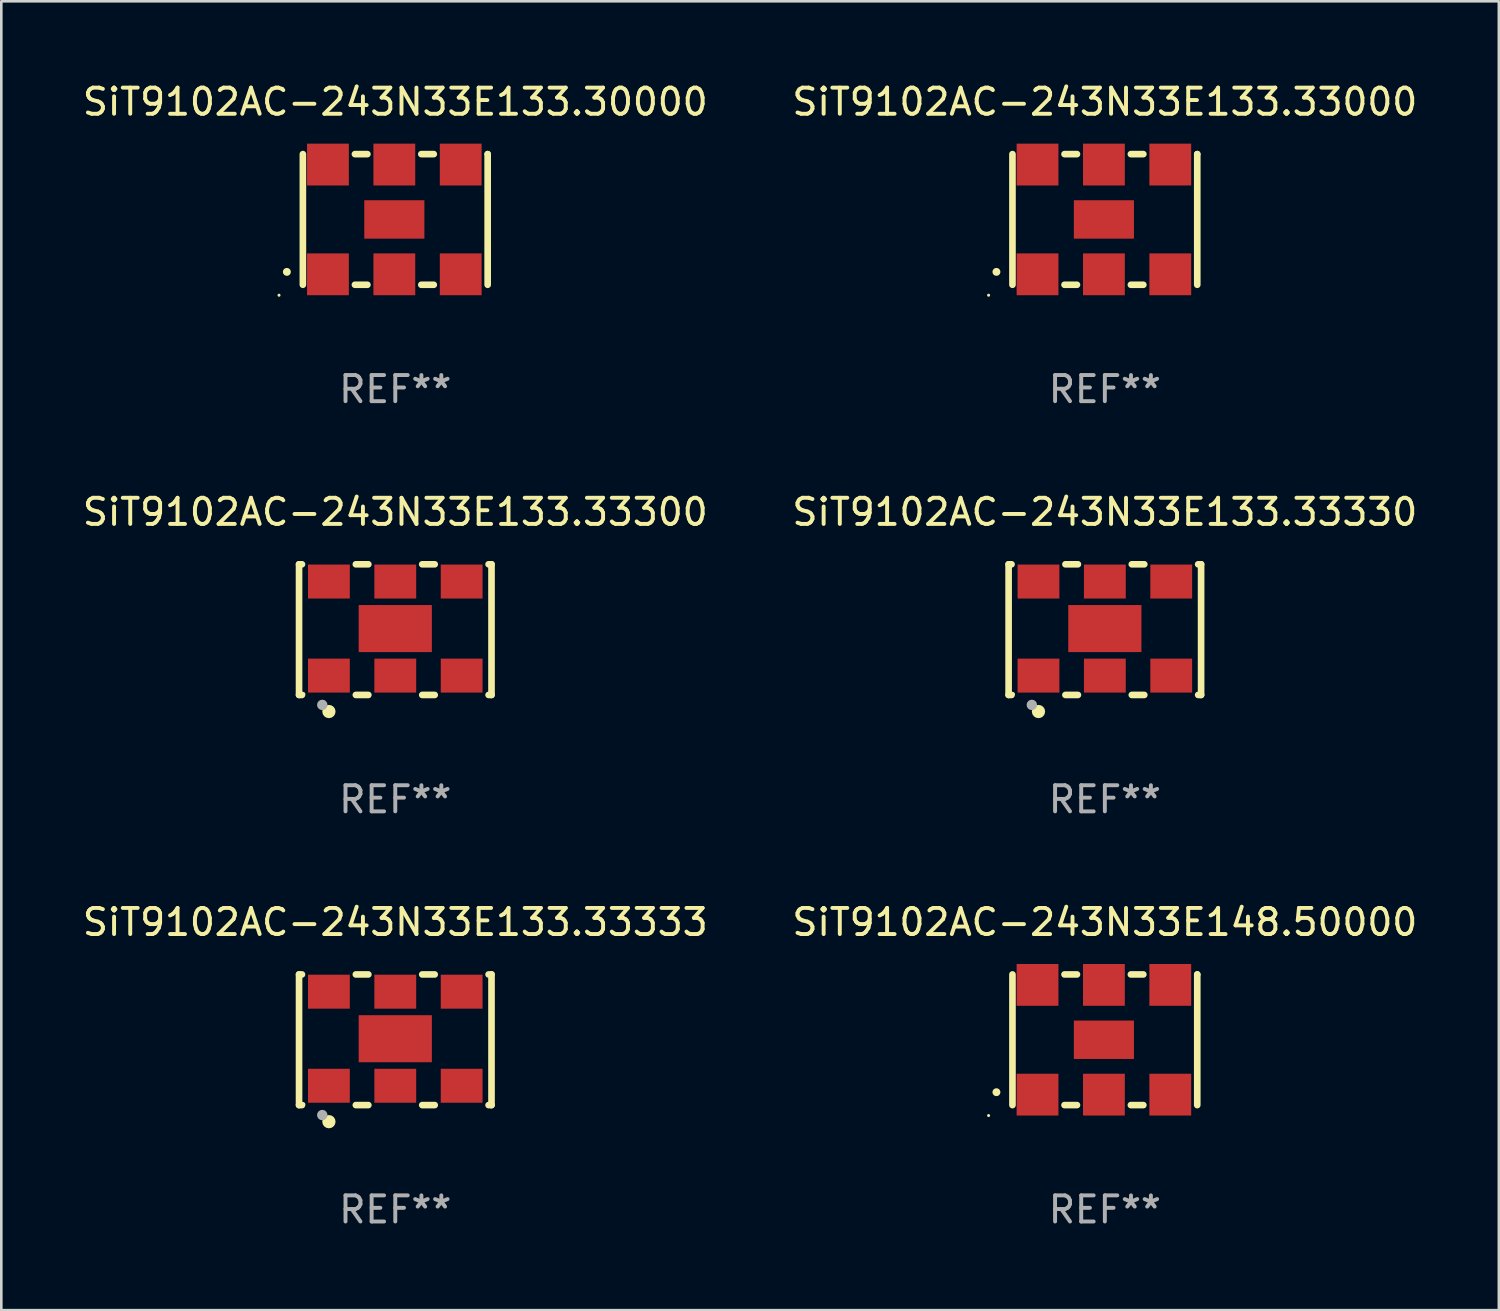
<source format=kicad_pcb>
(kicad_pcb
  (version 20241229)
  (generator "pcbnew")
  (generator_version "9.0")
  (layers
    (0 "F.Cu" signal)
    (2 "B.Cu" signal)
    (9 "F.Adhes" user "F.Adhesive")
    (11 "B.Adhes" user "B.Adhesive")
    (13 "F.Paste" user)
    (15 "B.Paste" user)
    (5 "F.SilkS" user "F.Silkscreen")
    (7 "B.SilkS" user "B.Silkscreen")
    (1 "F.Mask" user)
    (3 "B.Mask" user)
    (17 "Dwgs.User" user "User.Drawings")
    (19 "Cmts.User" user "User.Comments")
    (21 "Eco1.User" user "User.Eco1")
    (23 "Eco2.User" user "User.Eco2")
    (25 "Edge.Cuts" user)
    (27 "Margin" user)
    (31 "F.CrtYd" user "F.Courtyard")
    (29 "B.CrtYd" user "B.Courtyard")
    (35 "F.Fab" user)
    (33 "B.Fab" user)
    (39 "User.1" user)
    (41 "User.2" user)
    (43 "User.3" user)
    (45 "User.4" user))
  (footprint "SiT9102AC-243N33E133.33300"
    (layer "F.Cu")
    (at 12.077 21.045)
    (property "Reference" "SiT9102AC-243N33E133.33300" (at 0 -4.5 0) (layer "F.SilkS") (effects (font (size 1 1) (thickness 0.15))))
    (attr through_hole)
    (fp_line (start -3.683 -2.5) (end -3.571 -2.5) (stroke (width 0.254) (type solid)) (layer "F.SilkS"))
    (fp_line (start -3.683 2.5) (end -3.683 -2.5) (stroke (width 0.254) (type solid)) (layer "F.SilkS"))
    (fp_line (start -3.683 2.5) (end -3.571 2.5) (stroke (width 0.254) (type solid)) (layer "F.SilkS"))
    (fp_line (start -1.509 -2.5) (end -1.031 -2.5) (stroke (width 0.254) (type solid)) (layer "F.SilkS"))
    (fp_line (start -1.509 2.5) (end -1.031 2.5) (stroke (width 0.254) (type solid)) (layer "F.SilkS"))
    (fp_line (start 1.031 -2.5) (end 1.509 -2.5) (stroke (width 0.254) (type solid)) (layer "F.SilkS"))
    (fp_line (start 1.031 2.5) (end 1.509 2.5) (stroke (width 0.254) (type solid)) (layer "F.SilkS"))
    (fp_line (start 3.571 -2.5) (end 3.683 -2.5) (stroke (width 0.254) (type solid)) (layer "F.SilkS"))
    (fp_line (start 3.571 2.5) (end 3.683 2.5) (stroke (width 0.254) (type solid)) (layer "F.SilkS"))
    (fp_line (start 3.683 2.5) (end 3.683 -2.5) (stroke (width 0.254) (type solid)) (layer "F.SilkS"))
    (fp_circle (center -3.5 2.46) (end -3.47 2.46) (stroke (width 0.06) (type solid)) (fill no) (layer "F.SilkS"))
    (fp_circle (center -2.54 3.135) (end -2.413 3.135) (stroke (width 0.254) (type solid)) (fill no) (layer "F.SilkS"))
    (fp_circle (center -2.794 2.881) (end -2.694 2.881) (stroke (width 0.2) (type solid)) (fill no) (layer "F.Fab"))
    (fp_text user "REF**" (at 0 6.5 0) (layer "F.Fab") (effects (font (size 1 1) (thickness 0.15))))
    (pad "1" smd rect (at -2.54 1.76) (size 1.6 1.3) (layers "F.Cu" "F.Mask" "F.Paste"))
    (pad "2" smd rect (at 0 1.76) (size 1.6 1.3) (layers "F.Cu" "F.Mask" "F.Paste"))
    (pad "3" smd rect (at 2.54 1.76) (size 1.6 1.3) (layers "F.Cu" "F.Mask" "F.Paste"))
    (pad "4" smd rect (at 2.54 -1.84) (size 1.6 1.3) (layers "F.Cu" "F.Mask" "F.Paste"))
    (pad "5" smd rect (at 0 -1.84) (size 1.6 1.3) (layers "F.Cu" "F.Mask" "F.Paste"))
    (pad "6" smd rect (at -2.54 -1.84) (size 1.6 1.3) (layers "F.Cu" "F.Mask" "F.Paste"))
    (pad "7" smd rect (at 0 -0.04) (size 2.8 1.8) (layers "F.Cu" "F.Mask" "F.Paste")))
  (footprint "SiT9102AC-243N33E133.33000"
    (layer "F.Cu")
    (at 39.232 5.348)
    (property "Reference" "SiT9102AC-243N33E133.33000" (at 0 -4.5 0) (layer "F.SilkS") (effects (font (size 1 1) (thickness 0.15))))
    (attr through_hole)
    (fp_line (start -3.536 -2.5) (end -3.536 2.5) (stroke (width 0.254) (type solid)) (layer "F.SilkS"))
    (fp_line (start -1.544 2.5) (end -1.067 2.5) (stroke (width 0.254) (type solid)) (layer "F.SilkS"))
    (fp_line (start -1.067 -2.5) (end -1.544 -2.5) (stroke (width 0.254) (type solid)) (layer "F.SilkS"))
    (fp_line (start 0.996 2.5) (end 1.473 2.5) (stroke (width 0.254) (type solid)) (layer "F.SilkS"))
    (fp_line (start 1.473 -2.5) (end 0.996 -2.5) (stroke (width 0.254) (type solid)) (layer "F.SilkS"))
    (fp_line (start 3.536 -2.5) (end 3.536 -2.5) (stroke (width 0.254) (type solid)) (layer "F.SilkS"))
    (fp_line (start 3.536 2.5) (end 3.536 -2.5) (stroke (width 0.254) (type solid)) (layer "F.SilkS"))
    (fp_arc (start -4.150432 2.006604) (mid -4.149162 2.006599) (end -4.147892 2.006604) (stroke (width 0.3) (type solid)) (layer "F.SilkS"))
    (fp_circle (center -4.449 2.9) (end -4.419 2.9) (stroke (width 0.06) (type solid)) (fill no) (layer "F.SilkS"))
    (fp_text user "REF**" (at 0 6.5 0) (layer "F.Fab") (effects (font (size 1 1) (thickness 0.15))))
    (pad "1" smd rect (at -2.576 2.1) (size 1.6 1.6) (layers "F.Cu" "F.Mask" "F.Paste"))
    (pad "2" smd rect (at -0.036 2.1) (size 1.6 1.6) (layers "F.Cu" "F.Mask" "F.Paste"))
    (pad "3" smd rect (at 2.504 2.1) (size 1.6 1.6) (layers "F.Cu" "F.Mask" "F.Paste"))
    (pad "4" smd rect (at 2.504 -2.1) (size 1.6 1.6) (layers "F.Cu" "F.Mask" "F.Paste"))
    (pad "5" smd rect (at -0.036 -2.1) (size 1.6 1.6) (layers "F.Cu" "F.Mask" "F.Paste"))
    (pad "6" smd rect (at -2.576 -2.1) (size 1.6 1.6) (layers "F.Cu" "F.Mask" "F.Paste"))
    (pad "7" smd rect (at -0.036 0) (size 2.3 1.47) (layers "F.Cu" "F.Mask" "F.Paste")))
  (footprint "SiT9102AC-243N33E133.33333"
    (layer "F.Cu")
    (at 12.077 36.741)
    (property "Reference" "SiT9102AC-243N33E133.33333" (at 0 -4.5 0) (layer "F.SilkS") (effects (font (size 1 1) (thickness 0.15))))
    (attr through_hole)
    (fp_line (start -3.683 -2.5) (end -3.571 -2.5) (stroke (width 0.254) (type solid)) (layer "F.SilkS"))
    (fp_line (start -3.683 2.5) (end -3.683 -2.5) (stroke (width 0.254) (type solid)) (layer "F.SilkS"))
    (fp_line (start -3.683 2.5) (end -3.571 2.5) (stroke (width 0.254) (type solid)) (layer "F.SilkS"))
    (fp_line (start -1.509 -2.5) (end -1.031 -2.5) (stroke (width 0.254) (type solid)) (layer "F.SilkS"))
    (fp_line (start -1.509 2.5) (end -1.031 2.5) (stroke (width 0.254) (type solid)) (layer "F.SilkS"))
    (fp_line (start 1.031 -2.5) (end 1.509 -2.5) (stroke (width 0.254) (type solid)) (layer "F.SilkS"))
    (fp_line (start 1.031 2.5) (end 1.509 2.5) (stroke (width 0.254) (type solid)) (layer "F.SilkS"))
    (fp_line (start 3.571 -2.5) (end 3.683 -2.5) (stroke (width 0.254) (type solid)) (layer "F.SilkS"))
    (fp_line (start 3.571 2.5) (end 3.683 2.5) (stroke (width 0.254) (type solid)) (layer "F.SilkS"))
    (fp_line (start 3.683 2.5) (end 3.683 -2.5) (stroke (width 0.254) (type solid)) (layer "F.SilkS"))
    (fp_circle (center -3.5 2.46) (end -3.47 2.46) (stroke (width 0.06) (type solid)) (fill no) (layer "F.SilkS"))
    (fp_circle (center -2.54 3.135) (end -2.413 3.135) (stroke (width 0.254) (type solid)) (fill no) (layer "F.SilkS"))
    (fp_circle (center -2.794 2.881) (end -2.694 2.881) (stroke (width 0.2) (type solid)) (fill no) (layer "F.Fab"))
    (fp_text user "REF**" (at 0 6.5 0) (layer "F.Fab") (effects (font (size 1 1) (thickness 0.15))))
    (pad "1" smd rect (at -2.54 1.76) (size 1.6 1.3) (layers "F.Cu" "F.Mask" "F.Paste"))
    (pad "2" smd rect (at 0 1.76) (size 1.6 1.3) (layers "F.Cu" "F.Mask" "F.Paste"))
    (pad "3" smd rect (at 2.54 1.76) (size 1.6 1.3) (layers "F.Cu" "F.Mask" "F.Paste"))
    (pad "4" smd rect (at 2.54 -1.84) (size 1.6 1.3) (layers "F.Cu" "F.Mask" "F.Paste"))
    (pad "5" smd rect (at 0 -1.84) (size 1.6 1.3) (layers "F.Cu" "F.Mask" "F.Paste"))
    (pad "6" smd rect (at -2.54 -1.84) (size 1.6 1.3) (layers "F.Cu" "F.Mask" "F.Paste"))
    (pad "7" smd rect (at 0 -0.04) (size 2.8 1.8) (layers "F.Cu" "F.Mask" "F.Paste")))
  (footprint "SiT9102AC-243N33E133.30000"
    (layer "F.Cu")
    (at 12.077 5.348)
    (property "Reference" "SiT9102AC-243N33E133.30000" (at 0 -4.5 0) (layer "F.SilkS") (effects (font (size 1 1) (thickness 0.15))))
    (attr through_hole)
    (fp_line (start -3.536 -2.5) (end -3.536 2.5) (stroke (width 0.254) (type solid)) (layer "F.SilkS"))
    (fp_line (start -1.544 2.5) (end -1.067 2.5) (stroke (width 0.254) (type solid)) (layer "F.SilkS"))
    (fp_line (start -1.067 -2.5) (end -1.544 -2.5) (stroke (width 0.254) (type solid)) (layer "F.SilkS"))
    (fp_line (start 0.996 2.5) (end 1.473 2.5) (stroke (width 0.254) (type solid)) (layer "F.SilkS"))
    (fp_line (start 1.473 -2.5) (end 0.996 -2.5) (stroke (width 0.254) (type solid)) (layer "F.SilkS"))
    (fp_line (start 3.536 -2.5) (end 3.536 -2.5) (stroke (width 0.254) (type solid)) (layer "F.SilkS"))
    (fp_line (start 3.536 2.5) (end 3.536 -2.5) (stroke (width 0.254) (type solid)) (layer "F.SilkS"))
    (fp_arc (start -4.150432 2.006604) (mid -4.149162 2.006599) (end -4.147892 2.006604) (stroke (width 0.3) (type solid)) (layer "F.SilkS"))
    (fp_circle (center -4.449 2.9) (end -4.419 2.9) (stroke (width 0.06) (type solid)) (fill no) (layer "F.SilkS"))
    (fp_text user "REF**" (at 0 6.5 0) (layer "F.Fab") (effects (font (size 1 1) (thickness 0.15))))
    (pad "1" smd rect (at -2.576 2.1) (size 1.6 1.6) (layers "F.Cu" "F.Mask" "F.Paste"))
    (pad "2" smd rect (at -0.036 2.1) (size 1.6 1.6) (layers "F.Cu" "F.Mask" "F.Paste"))
    (pad "3" smd rect (at 2.504 2.1) (size 1.6 1.6) (layers "F.Cu" "F.Mask" "F.Paste"))
    (pad "4" smd rect (at 2.504 -2.1) (size 1.6 1.6) (layers "F.Cu" "F.Mask" "F.Paste"))
    (pad "5" smd rect (at -0.036 -2.1) (size 1.6 1.6) (layers "F.Cu" "F.Mask" "F.Paste"))
    (pad "6" smd rect (at -2.576 -2.1) (size 1.6 1.6) (layers "F.Cu" "F.Mask" "F.Paste"))
    (pad "7" smd rect (at -0.036 0) (size 2.3 1.47) (layers "F.Cu" "F.Mask" "F.Paste")))
  (footprint "SiT9102AC-243N33E133.33330"
    (layer "F.Cu")
    (at 39.232 21.045)
    (property "Reference" "SiT9102AC-243N33E133.33330" (at 0 -4.5 0) (layer "F.SilkS") (effects (font (size 1 1) (thickness 0.15))))
    (attr through_hole)
    (fp_line (start -3.683 -2.5) (end -3.571 -2.5) (stroke (width 0.254) (type solid)) (layer "F.SilkS"))
    (fp_line (start -3.683 2.5) (end -3.683 -2.5) (stroke (width 0.254) (type solid)) (layer "F.SilkS"))
    (fp_line (start -3.683 2.5) (end -3.571 2.5) (stroke (width 0.254) (type solid)) (layer "F.SilkS"))
    (fp_line (start -1.509 -2.5) (end -1.031 -2.5) (stroke (width 0.254) (type solid)) (layer "F.SilkS"))
    (fp_line (start -1.509 2.5) (end -1.031 2.5) (stroke (width 0.254) (type solid)) (layer "F.SilkS"))
    (fp_line (start 1.031 -2.5) (end 1.509 -2.5) (stroke (width 0.254) (type solid)) (layer "F.SilkS"))
    (fp_line (start 1.031 2.5) (end 1.509 2.5) (stroke (width 0.254) (type solid)) (layer "F.SilkS"))
    (fp_line (start 3.571 -2.5) (end 3.683 -2.5) (stroke (width 0.254) (type solid)) (layer "F.SilkS"))
    (fp_line (start 3.571 2.5) (end 3.683 2.5) (stroke (width 0.254) (type solid)) (layer "F.SilkS"))
    (fp_line (start 3.683 2.5) (end 3.683 -2.5) (stroke (width 0.254) (type solid)) (layer "F.SilkS"))
    (fp_circle (center -3.5 2.46) (end -3.47 2.46) (stroke (width 0.06) (type solid)) (fill no) (layer "F.SilkS"))
    (fp_circle (center -2.54 3.135) (end -2.413 3.135) (stroke (width 0.254) (type solid)) (fill no) (layer "F.SilkS"))
    (fp_circle (center -2.794 2.881) (end -2.694 2.881) (stroke (width 0.2) (type solid)) (fill no) (layer "F.Fab"))
    (fp_text user "REF**" (at 0 6.5 0) (layer "F.Fab") (effects (font (size 1 1) (thickness 0.15))))
    (pad "1" smd rect (at -2.54 1.76) (size 1.6 1.3) (layers "F.Cu" "F.Mask" "F.Paste"))
    (pad "2" smd rect (at 0 1.76) (size 1.6 1.3) (layers "F.Cu" "F.Mask" "F.Paste"))
    (pad "3" smd rect (at 2.54 1.76) (size 1.6 1.3) (layers "F.Cu" "F.Mask" "F.Paste"))
    (pad "4" smd rect (at 2.54 -1.84) (size 1.6 1.3) (layers "F.Cu" "F.Mask" "F.Paste"))
    (pad "5" smd rect (at 0 -1.84) (size 1.6 1.3) (layers "F.Cu" "F.Mask" "F.Paste"))
    (pad "6" smd rect (at -2.54 -1.84) (size 1.6 1.3) (layers "F.Cu" "F.Mask" "F.Paste"))
    (pad "7" smd rect (at 0 -0.04) (size 2.8 1.8) (layers "F.Cu" "F.Mask" "F.Paste")))
  (footprint "SiT9102AC-243N33E148.50000"
    (layer "F.Cu")
    (at 39.232 36.741)
    (property "Reference" "SiT9102AC-243N33E148.50000" (at 0 -4.5 0) (layer "F.SilkS") (effects (font (size 1 1) (thickness 0.15))))
    (attr through_hole)
    (fp_line (start -3.536 -2.5) (end -3.536 2.5) (stroke (width 0.254) (type solid)) (layer "F.SilkS"))
    (fp_line (start -1.544 2.5) (end -1.067 2.5) (stroke (width 0.254) (type solid)) (layer "F.SilkS"))
    (fp_line (start -1.067 -2.5) (end -1.544 -2.5) (stroke (width 0.254) (type solid)) (layer "F.SilkS"))
    (fp_line (start 0.996 2.5) (end 1.473 2.5) (stroke (width 0.254) (type solid)) (layer "F.SilkS"))
    (fp_line (start 1.473 -2.5) (end 0.996 -2.5) (stroke (width 0.254) (type solid)) (layer "F.SilkS"))
    (fp_line (start 3.536 -2.5) (end 3.536 -2.5) (stroke (width 0.254) (type solid)) (layer "F.SilkS"))
    (fp_line (start 3.536 2.5) (end 3.536 -2.5) (stroke (width 0.254) (type solid)) (layer "F.SilkS"))
    (fp_arc (start -4.150432 2.006604) (mid -4.149162 2.006599) (end -4.147892 2.006604) (stroke (width 0.3) (type solid)) (layer "F.SilkS"))
    (fp_circle (center -4.449 2.9) (end -4.419 2.9) (stroke (width 0.06) (type solid)) (fill no) (layer "F.SilkS"))
    (fp_text user "REF**" (at 0 6.5 0) (layer "F.Fab") (effects (font (size 1 1) (thickness 0.15))))
    (pad "1" smd rect (at -2.576 2.1) (size 1.6 1.6) (layers "F.Cu" "F.Mask" "F.Paste"))
    (pad "2" smd rect (at -0.036 2.1) (size 1.6 1.6) (layers "F.Cu" "F.Mask" "F.Paste"))
    (pad "3" smd rect (at 2.504 2.1) (size 1.6 1.6) (layers "F.Cu" "F.Mask" "F.Paste"))
    (pad "4" smd rect (at 2.504 -2.1) (size 1.6 1.6) (layers "F.Cu" "F.Mask" "F.Paste"))
    (pad "5" smd rect (at -0.036 -2.1) (size 1.6 1.6) (layers "F.Cu" "F.Mask" "F.Paste"))
    (pad "6" smd rect (at -2.576 -2.1) (size 1.6 1.6) (layers "F.Cu" "F.Mask" "F.Paste"))
    (pad "7" smd rect (at -0.036 0) (size 2.3 1.47) (layers "F.Cu" "F.Mask" "F.Paste")))
  (gr_rect
    (start -3 -3)
    (end 54.31 47.09)
    (stroke (width 0.1) (type default))
    (fill no)
    (layer "Edge.Cuts")))
</source>
